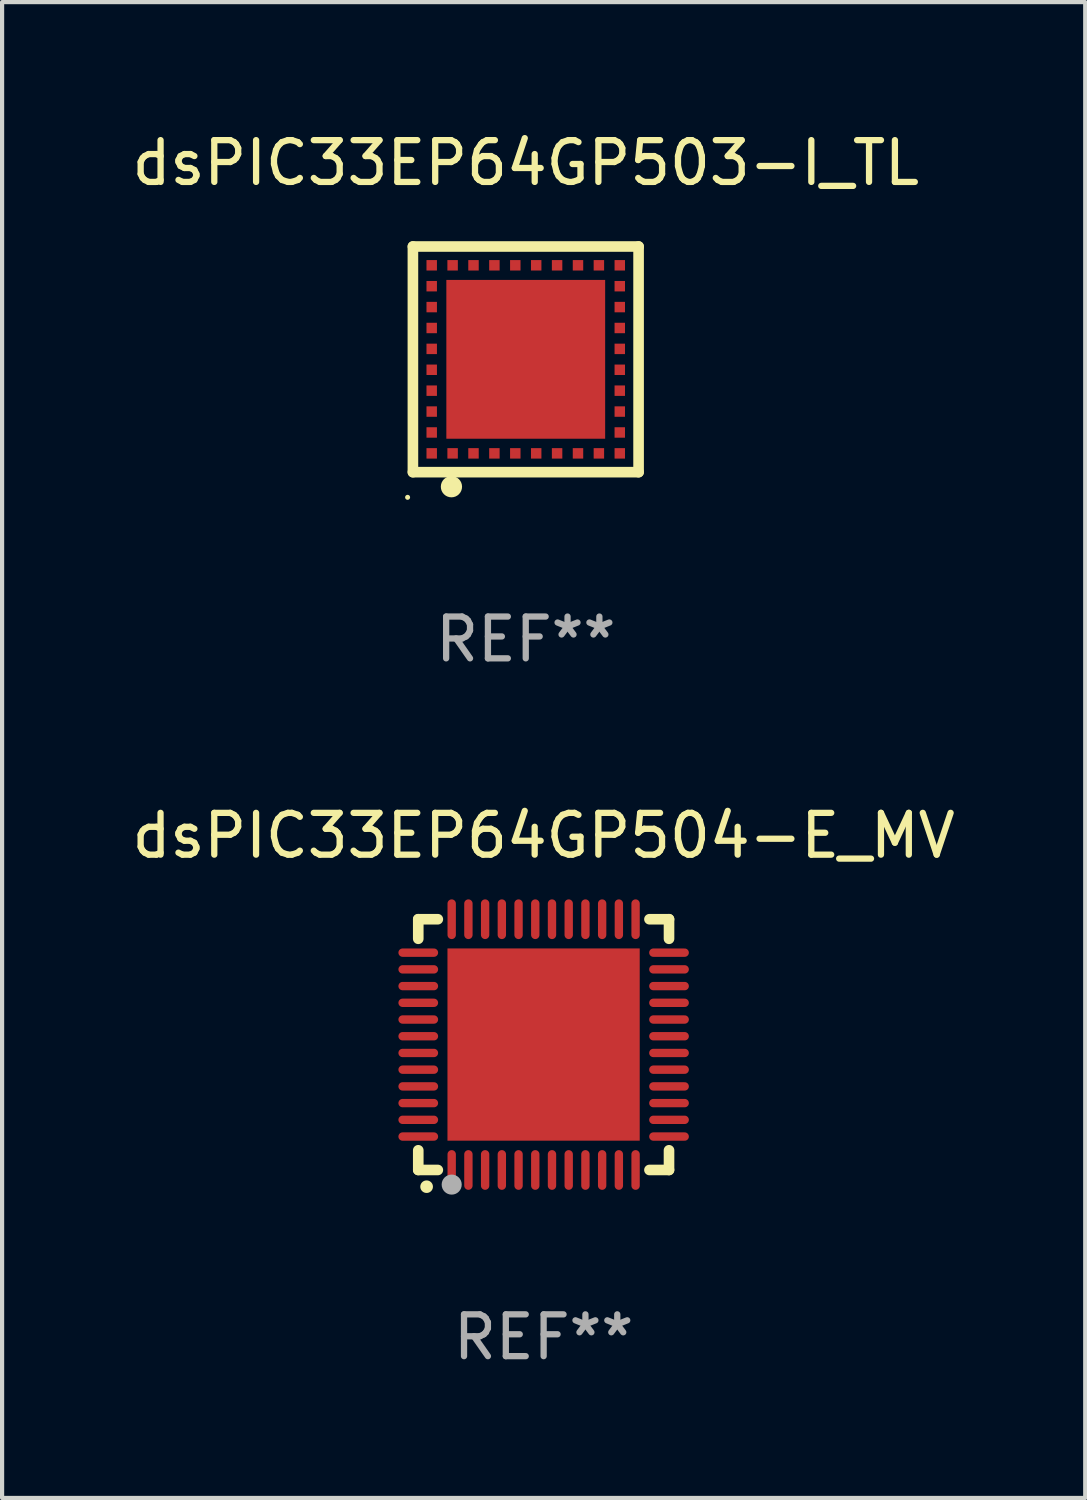
<source format=kicad_pcb>
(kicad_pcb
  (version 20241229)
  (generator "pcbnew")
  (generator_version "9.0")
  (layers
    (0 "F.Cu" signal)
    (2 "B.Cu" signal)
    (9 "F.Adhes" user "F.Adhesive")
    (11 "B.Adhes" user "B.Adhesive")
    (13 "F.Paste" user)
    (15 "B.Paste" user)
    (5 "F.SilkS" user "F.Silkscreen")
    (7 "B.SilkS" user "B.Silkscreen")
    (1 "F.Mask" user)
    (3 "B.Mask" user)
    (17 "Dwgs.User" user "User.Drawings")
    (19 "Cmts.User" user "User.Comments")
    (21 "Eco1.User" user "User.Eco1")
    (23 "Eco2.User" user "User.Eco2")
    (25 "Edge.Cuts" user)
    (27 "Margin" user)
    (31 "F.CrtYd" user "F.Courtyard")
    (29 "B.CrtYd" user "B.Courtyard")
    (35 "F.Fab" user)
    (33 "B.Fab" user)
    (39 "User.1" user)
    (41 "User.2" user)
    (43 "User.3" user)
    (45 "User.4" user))
  (footprint "dsPIC33EP64GP503-I_TL"
    (layer "F.Cu")
    (at 9.53 5.548)
    (property "Reference" "dsPIC33EP64GP503-I_TL" (at 0 -4.7 0) (layer "F.SilkS") (effects (font (size 1 1) (thickness 0.15))))
    (attr through_hole)
    (fp_line (start -2.7 -2.7) (end 2.7 -2.7) (stroke (width 0.254) (type solid)) (layer "F.SilkS"))
    (fp_line (start -2.7 2.7) (end -2.7 -2.7) (stroke (width 0.254) (type solid)) (layer "F.SilkS"))
    (fp_line (start 2.7 -2.7) (end 2.7 2.7) (stroke (width 0.254) (type solid)) (layer "F.SilkS"))
    (fp_line (start 2.7 2.7) (end -2.7 2.7) (stroke (width 0.254) (type solid)) (layer "F.SilkS"))
    (fp_circle (center -2.827 3.302) (end -2.797 3.302) (stroke (width 0.06) (type solid)) (fill no) (layer "F.SilkS"))
    (fp_circle (center -1.778 3.048) (end -1.651 3.048) (stroke (width 0.254) (type solid)) (fill no) (layer "F.SilkS"))
    (fp_text user "REF**" (at 0 6.7 0) (layer "F.Fab") (effects (font (size 1 1) (thickness 0.15))))
    (pad "1" smd rect (at -1.75 2.25) (size 0.25 0.25) (layers "F.Cu" "F.Mask" "F.Paste"))
    (pad "2" smd rect (at -1.25 2.25) (size 0.25 0.25) (layers "F.Cu" "F.Mask" "F.Paste"))
    (pad "3" smd rect (at -0.75 2.25) (size 0.25 0.25) (layers "F.Cu" "F.Mask" "F.Paste"))
    (pad "4" smd rect (at -0.25 2.25) (size 0.25 0.25) (layers "F.Cu" "F.Mask" "F.Paste"))
    (pad "5" smd rect (at 0.25 2.25) (size 0.25 0.25) (layers "F.Cu" "F.Mask" "F.Paste"))
    (pad "6" smd rect (at 0.75 2.25) (size 0.25 0.25) (layers "F.Cu" "F.Mask" "F.Paste"))
    (pad "7" smd rect (at 1.25 2.25) (size 0.25 0.25) (layers "F.Cu" "F.Mask" "F.Paste"))
    (pad "8" smd rect (at 1.75 2.25) (size 0.25 0.25) (layers "F.Cu" "F.Mask" "F.Paste"))
    (pad "9" smd rect (at 2.25 2.25) (size 0.25 0.25) (layers "F.Cu" "F.Mask" "F.Paste"))
    (pad "10" smd rect (at 2.25 1.75) (size 0.25 0.25) (layers "F.Cu" "F.Mask" "F.Paste"))
    (pad "11" smd rect (at 2.25 1.25) (size 0.25 0.25) (layers "F.Cu" "F.Mask" "F.Paste"))
    (pad "12" smd rect (at 2.25 0.75) (size 0.25 0.25) (layers "F.Cu" "F.Mask" "F.Paste"))
    (pad "13" smd rect (at 2.25 0.25) (size 0.25 0.25) (layers "F.Cu" "F.Mask" "F.Paste"))
    (pad "14" smd rect (at 2.25 -0.25) (size 0.25 0.25) (layers "F.Cu" "F.Mask" "F.Paste"))
    (pad "15" smd rect (at 2.25 -0.75) (size 0.25 0.25) (layers "F.Cu" "F.Mask" "F.Paste"))
    (pad "16" smd rect (at 2.25 -1.25) (size 0.25 0.25) (layers "F.Cu" "F.Mask" "F.Paste"))
    (pad "17" smd rect (at 2.25 -1.75) (size 0.25 0.25) (layers "F.Cu" "F.Mask" "F.Paste"))
    (pad "18" smd rect (at 2.25 -2.25) (size 0.25 0.25) (layers "F.Cu" "F.Mask" "F.Paste"))
    (pad "19" smd rect (at 1.75 -2.25) (size 0.25 0.25) (layers "F.Cu" "F.Mask" "F.Paste"))
    (pad "20" smd rect (at 1.25 -2.25) (size 0.25 0.25) (layers "F.Cu" "F.Mask" "F.Paste"))
    (pad "21" smd rect (at 0.75 -2.25) (size 0.25 0.25) (layers "F.Cu" "F.Mask" "F.Paste"))
    (pad "22" smd rect (at 0.25 -2.25) (size 0.25 0.25) (layers "F.Cu" "F.Mask" "F.Paste"))
    (pad "23" smd rect (at -0.25 -2.25) (size 0.25 0.25) (layers "F.Cu" "F.Mask" "F.Paste"))
    (pad "24" smd rect (at -0.75 -2.25) (size 0.25 0.25) (layers "F.Cu" "F.Mask" "F.Paste"))
    (pad "25" smd rect (at -1.25 -2.25) (size 0.25 0.25) (layers "F.Cu" "F.Mask" "F.Paste"))
    (pad "26" smd rect (at -1.75 -2.25) (size 0.25 0.25) (layers "F.Cu" "F.Mask" "F.Paste"))
    (pad "27" smd rect (at -2.25 -2.25) (size 0.25 0.25) (layers "F.Cu" "F.Mask" "F.Paste"))
    (pad "28" smd rect (at -2.25 -1.75) (size 0.25 0.25) (layers "F.Cu" "F.Mask" "F.Paste"))
    (pad "29" smd rect (at -2.25 -1.25) (size 0.25 0.25) (layers "F.Cu" "F.Mask" "F.Paste"))
    (pad "30" smd rect (at -2.25 -0.75) (size 0.25 0.25) (layers "F.Cu" "F.Mask" "F.Paste"))
    (pad "31" smd rect (at -2.25 -0.25) (size 0.25 0.25) (layers "F.Cu" "F.Mask" "F.Paste"))
    (pad "32" smd rect (at -2.25 0.25) (size 0.25 0.25) (layers "F.Cu" "F.Mask" "F.Paste"))
    (pad "33" smd rect (at -2.25 0.75) (size 0.25 0.25) (layers "F.Cu" "F.Mask" "F.Paste"))
    (pad "34" smd rect (at -2.25 1.25) (size 0.25 0.25) (layers "F.Cu" "F.Mask" "F.Paste"))
    (pad "35" smd rect (at -2.25 1.75) (size 0.25 0.25) (layers "F.Cu" "F.Mask" "F.Paste"))
    (pad "36" smd rect (at -2.25 2.25) (size 0.25 0.25) (layers "F.Cu" "F.Mask" "F.Paste"))
    (pad "37" smd rect (at 0.000127 -0.000076) (size 3.8 3.8) (layers "F.Cu" "F.Mask" "F.Paste")))
  (footprint "dsPIC33EP64GP504-E_MV"
    (layer "F.Cu")
    (at 9.958 21.945)
    (property "Reference" "dsPIC33EP64GP504-E_MV" (at 0 -5 0) (layer "F.SilkS") (effects (font (size 1 1) (thickness 0.15))))
    (attr through_hole)
    (fp_line (start -3 -3) (end -2.532 -3) (stroke (width 0.254) (type solid)) (layer "F.SilkS"))
    (fp_line (start -3 -2.532) (end -3 -3) (stroke (width 0.254) (type solid)) (layer "F.SilkS"))
    (fp_line (start -3 3) (end -3 2.529) (stroke (width 0.254) (type solid)) (layer "F.SilkS"))
    (fp_line (start -2.532 3) (end -3 3) (stroke (width 0.254) (type solid)) (layer "F.SilkS"))
    (fp_line (start 2.532 -3) (end 3 -3) (stroke (width 0.254) (type solid)) (layer "F.SilkS"))
    (fp_line (start 3 -3) (end 3 -2.532) (stroke (width 0.254) (type solid)) (layer "F.SilkS"))
    (fp_line (start 3 2.529) (end 3 3) (stroke (width 0.254) (type solid)) (layer "F.SilkS"))
    (fp_line (start 3 3) (end 2.532 3) (stroke (width 0.254) (type solid)) (layer "F.SilkS"))
    (fp_arc (start -2.801295 3.400025) (mid -2.800025 3.40002) (end -2.798755 3.400025) (stroke (width 0.3) (type solid)) (layer "F.SilkS"))
    (fp_circle (center -3 3) (end -2.97 3) (stroke (width 0.06) (type solid)) (fill no) (layer "F.SilkS"))
    (fp_circle (center -2.2 3.35) (end -2.08 3.35) (stroke (width 0.24) (type solid)) (fill no) (layer "F.Fab"))
    (fp_text user "REF**" (at 0 7 0) (layer "F.Fab") (effects (font (size 1 1) (thickness 0.15))))
    (pad "1" smd oval (at -2.2 3) (size 0.2 0.95) (layers "F.Cu" "F.Mask" "F.Paste"))
    (pad "2" smd oval (at -1.8 3) (size 0.2 0.95) (layers "F.Cu" "F.Mask" "F.Paste"))
    (pad "3" smd oval (at -1.4 3) (size 0.2 0.95) (layers "F.Cu" "F.Mask" "F.Paste"))
    (pad "4" smd oval (at -1 3) (size 0.2 0.95) (layers "F.Cu" "F.Mask" "F.Paste"))
    (pad "5" smd oval (at -0.6 3) (size 0.2 0.95) (layers "F.Cu" "F.Mask" "F.Paste"))
    (pad "6" smd oval (at -0.2 3) (size 0.2 0.95) (layers "F.Cu" "F.Mask" "F.Paste"))
    (pad "7" smd oval (at 0.2 3) (size 0.2 0.95) (layers "F.Cu" "F.Mask" "F.Paste"))
    (pad "8" smd oval (at 0.6 3) (size 0.2 0.95) (layers "F.Cu" "F.Mask" "F.Paste"))
    (pad "9" smd oval (at 1 3) (size 0.2 0.95) (layers "F.Cu" "F.Mask" "F.Paste"))
    (pad "10" smd oval (at 1.4 3) (size 0.2 0.95) (layers "F.Cu" "F.Mask" "F.Paste"))
    (pad "11" smd oval (at 1.8 3) (size 0.2 0.95) (layers "F.Cu" "F.Mask" "F.Paste"))
    (pad "12" smd oval (at 2.2 3) (size 0.2 0.95) (layers "F.Cu" "F.Mask" "F.Paste"))
    (pad "13" smd oval (at 3 2.2 90) (size 0.2 0.95) (layers "F.Cu" "F.Mask" "F.Paste"))
    (pad "14" smd oval (at 3 1.8 90) (size 0.2 0.95) (layers "F.Cu" "F.Mask" "F.Paste"))
    (pad "15" smd oval (at 3 1.4 90) (size 0.2 0.95) (layers "F.Cu" "F.Mask" "F.Paste"))
    (pad "16" smd oval (at 3 1 90) (size 0.2 0.95) (layers "F.Cu" "F.Mask" "F.Paste"))
    (pad "17" smd oval (at 3 0.6 90) (size 0.2 0.95) (layers "F.Cu" "F.Mask" "F.Paste"))
    (pad "18" smd oval (at 3 0.2 90) (size 0.2 0.95) (layers "F.Cu" "F.Mask" "F.Paste"))
    (pad "19" smd oval (at 3 -0.2 90) (size 0.2 0.95) (layers "F.Cu" "F.Mask" "F.Paste"))
    (pad "20" smd oval (at 3 -0.6 90) (size 0.2 0.95) (layers "F.Cu" "F.Mask" "F.Paste"))
    (pad "21" smd oval (at 3 -1 90) (size 0.2 0.95) (layers "F.Cu" "F.Mask" "F.Paste"))
    (pad "22" smd oval (at 3 -1.4 90) (size 0.2 0.95) (layers "F.Cu" "F.Mask" "F.Paste"))
    (pad "23" smd oval (at 3 -1.8 90) (size 0.2 0.95) (layers "F.Cu" "F.Mask" "F.Paste"))
    (pad "24" smd oval (at 3 -2.2 90) (size 0.2 0.95) (layers "F.Cu" "F.Mask" "F.Paste"))
    (pad "25" smd oval (at 2.2 -3 180) (size 0.2 0.95) (layers "F.Cu" "F.Mask" "F.Paste"))
    (pad "26" smd oval (at 1.8 -3 180) (size 0.2 0.95) (layers "F.Cu" "F.Mask" "F.Paste"))
    (pad "27" smd oval (at 1.4 -3 180) (size 0.2 0.95) (layers "F.Cu" "F.Mask" "F.Paste"))
    (pad "28" smd oval (at 1 -3 180) (size 0.2 0.95) (layers "F.Cu" "F.Mask" "F.Paste"))
    (pad "29" smd oval (at 0.6 -3 180) (size 0.2 0.95) (layers "F.Cu" "F.Mask" "F.Paste"))
    (pad "30" smd oval (at 0.2 -3 180) (size 0.2 0.95) (layers "F.Cu" "F.Mask" "F.Paste"))
    (pad "31" smd oval (at -0.2 -3 180) (size 0.2 0.95) (layers "F.Cu" "F.Mask" "F.Paste"))
    (pad "32" smd oval (at -0.6 -3 180) (size 0.2 0.95) (layers "F.Cu" "F.Mask" "F.Paste"))
    (pad "33" smd oval (at -1 -3 180) (size 0.2 0.95) (layers "F.Cu" "F.Mask" "F.Paste"))
    (pad "34" smd oval (at -1.4 -3 180) (size 0.2 0.95) (layers "F.Cu" "F.Mask" "F.Paste"))
    (pad "35" smd oval (at -1.8 -3 180) (size 0.2 0.95) (layers "F.Cu" "F.Mask" "F.Paste"))
    (pad "36" smd oval (at -2.2 -3 180) (size 0.2 0.95) (layers "F.Cu" "F.Mask" "F.Paste"))
    (pad "37" smd oval (at -3 -2.2 270) (size 0.2 0.95) (layers "F.Cu" "F.Mask" "F.Paste"))
    (pad "38" smd oval (at -3 -1.8 270) (size 0.2 0.95) (layers "F.Cu" "F.Mask" "F.Paste"))
    (pad "39" smd oval (at -3 -1.4 270) (size 0.2 0.95) (layers "F.Cu" "F.Mask" "F.Paste"))
    (pad "40" smd oval (at -3 -1 270) (size 0.2 0.95) (layers "F.Cu" "F.Mask" "F.Paste"))
    (pad "41" smd oval (at -3 -0.6 270) (size 0.2 0.95) (layers "F.Cu" "F.Mask" "F.Paste"))
    (pad "42" smd oval (at -3 -0.2 270) (size 0.2 0.95) (layers "F.Cu" "F.Mask" "F.Paste"))
    (pad "43" smd oval (at -3 0.2 270) (size 0.2 0.95) (layers "F.Cu" "F.Mask" "F.Paste"))
    (pad "44" smd oval (at -3 0.6 270) (size 0.2 0.95) (layers "F.Cu" "F.Mask" "F.Paste"))
    (pad "45" smd oval (at -3 1 270) (size 0.2 0.95) (layers "F.Cu" "F.Mask" "F.Paste"))
    (pad "46" smd oval (at -3 1.4 270) (size 0.2 0.95) (layers "F.Cu" "F.Mask" "F.Paste"))
    (pad "47" smd oval (at -3 1.8 270) (size 0.2 0.95) (layers "F.Cu" "F.Mask" "F.Paste"))
    (pad "48" smd oval (at -3 2.2 270) (size 0.2 0.95) (layers "F.Cu" "F.Mask" "F.Paste"))
    (pad "49" smd rect (at -0.001 -0.001 180) (size 4.6 4.6) (layers "F.Cu" "F.Mask" "F.Paste")))
  (gr_rect
    (start -3 -3)
    (end 22.917 32.793)
    (stroke (width 0.1) (type default))
    (fill no)
    (layer "Edge.Cuts")))
</source>
